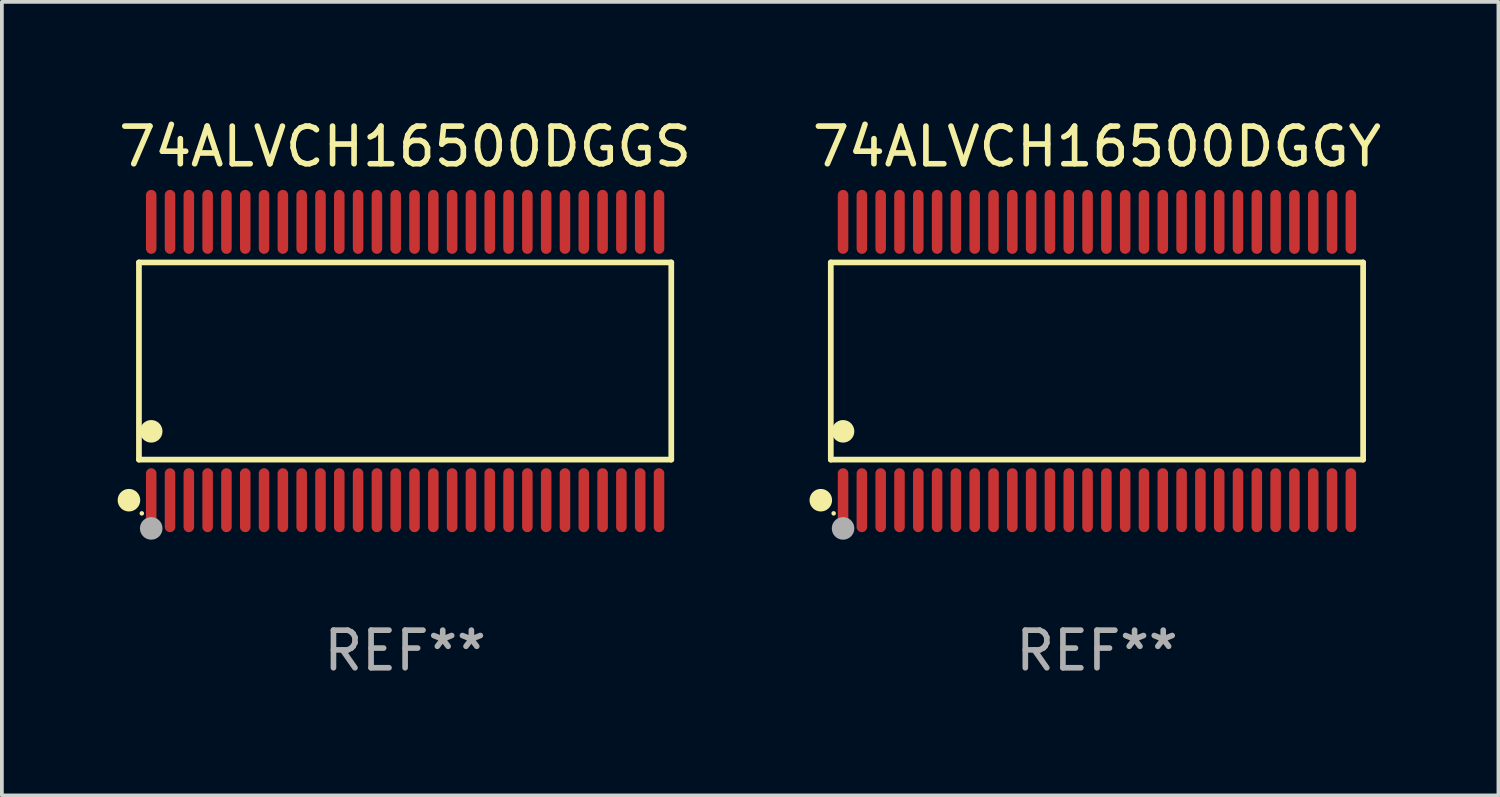
<source format=kicad_pcb>
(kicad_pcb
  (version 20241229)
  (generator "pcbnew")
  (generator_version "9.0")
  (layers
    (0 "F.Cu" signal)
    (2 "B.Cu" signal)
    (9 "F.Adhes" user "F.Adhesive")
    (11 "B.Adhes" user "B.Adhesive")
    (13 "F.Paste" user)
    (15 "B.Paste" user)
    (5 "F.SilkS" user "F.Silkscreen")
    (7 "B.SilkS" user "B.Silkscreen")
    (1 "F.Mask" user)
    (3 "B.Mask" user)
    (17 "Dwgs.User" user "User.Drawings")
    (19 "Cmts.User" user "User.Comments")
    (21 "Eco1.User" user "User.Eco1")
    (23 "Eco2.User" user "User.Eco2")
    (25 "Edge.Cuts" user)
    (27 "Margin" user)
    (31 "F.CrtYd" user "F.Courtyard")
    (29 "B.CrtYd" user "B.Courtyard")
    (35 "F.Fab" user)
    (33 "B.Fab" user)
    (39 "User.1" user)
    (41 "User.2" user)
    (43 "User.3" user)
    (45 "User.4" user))
  (footprint "74ALVCH16500DGGS"
    (layer "F.Cu")
    (at 7.72 6.548)
    (property "Reference" "74ALVCH16500DGGS" (at 0 -5.7 0) (layer "F.SilkS") (effects (font (size 1 1) (thickness 0.15))))
    (attr through_hole)
    (fp_line (start -7.076 -2.621) (end 7.076 -2.621) (stroke (width 0.152) (type solid)) (layer "F.SilkS"))
    (fp_line (start -7.076 2.621) (end -7.076 -2.621) (stroke (width 0.152) (type solid)) (layer "F.SilkS"))
    (fp_line (start 7.076 -2.621) (end 7.076 2.621) (stroke (width 0.152) (type solid)) (layer "F.SilkS"))
    (fp_line (start 7.076 2.621) (end -7.076 2.621) (stroke (width 0.152) (type solid)) (layer "F.SilkS"))
    (fp_circle (center -7.342 3.7) (end -7.192 3.7) (stroke (width 0.3) (type solid)) (fill no) (layer "F.SilkS"))
    (fp_circle (center -7 4.05) (end -6.97 4.05) (stroke (width 0.06) (type solid)) (fill no) (layer "F.SilkS"))
    (fp_circle (center -6.75 1.869) (end -6.6 1.869) (stroke (width 0.3) (type solid)) (fill no) (layer "F.SilkS"))
    (fp_circle (center -6.75 4.45) (end -6.6 4.45) (stroke (width 0.3) (type solid)) (fill no) (layer "F.Fab"))
    (fp_text user "REF**" (at 0 7.7 0) (layer "F.Fab") (effects (font (size 1 1) (thickness 0.15))))
    (pad "1" smd oval (at -6.75 3.7) (size 0.28 1.7) (layers "F.Cu" "F.Mask" "F.Paste"))
    (pad "2" smd oval (at -6.25 3.7) (size 0.28 1.7) (layers "F.Cu" "F.Mask" "F.Paste"))
    (pad "3" smd oval (at -5.75 3.7) (size 0.28 1.7) (layers "F.Cu" "F.Mask" "F.Paste"))
    (pad "4" smd oval (at -5.25 3.7) (size 0.28 1.7) (layers "F.Cu" "F.Mask" "F.Paste"))
    (pad "5" smd oval (at -4.75 3.7) (size 0.28 1.7) (layers "F.Cu" "F.Mask" "F.Paste"))
    (pad "6" smd oval (at -4.25 3.7) (size 0.28 1.7) (layers "F.Cu" "F.Mask" "F.Paste"))
    (pad "7" smd oval (at -3.75 3.7) (size 0.28 1.7) (layers "F.Cu" "F.Mask" "F.Paste"))
    (pad "8" smd oval (at -3.25 3.7) (size 0.28 1.7) (layers "F.Cu" "F.Mask" "F.Paste"))
    (pad "9" smd oval (at -2.75 3.7) (size 0.28 1.7) (layers "F.Cu" "F.Mask" "F.Paste"))
    (pad "10" smd oval (at -2.25 3.7) (size 0.28 1.7) (layers "F.Cu" "F.Mask" "F.Paste"))
    (pad "11" smd oval (at -1.75 3.7) (size 0.28 1.7) (layers "F.Cu" "F.Mask" "F.Paste"))
    (pad "12" smd oval (at -1.25 3.7) (size 0.28 1.7) (layers "F.Cu" "F.Mask" "F.Paste"))
    (pad "13" smd oval (at -0.75 3.7) (size 0.28 1.7) (layers "F.Cu" "F.Mask" "F.Paste"))
    (pad "14" smd oval (at -0.25 3.7) (size 0.28 1.7) (layers "F.Cu" "F.Mask" "F.Paste"))
    (pad "15" smd oval (at 0.25 3.7) (size 0.28 1.7) (layers "F.Cu" "F.Mask" "F.Paste"))
    (pad "16" smd oval (at 0.75 3.7) (size 0.28 1.7) (layers "F.Cu" "F.Mask" "F.Paste"))
    (pad "17" smd oval (at 1.25 3.7) (size 0.28 1.7) (layers "F.Cu" "F.Mask" "F.Paste"))
    (pad "18" smd oval (at 1.75 3.7) (size 0.28 1.7) (layers "F.Cu" "F.Mask" "F.Paste"))
    (pad "19" smd oval (at 2.25 3.7) (size 0.28 1.7) (layers "F.Cu" "F.Mask" "F.Paste"))
    (pad "20" smd oval (at 2.75 3.7) (size 0.28 1.7) (layers "F.Cu" "F.Mask" "F.Paste"))
    (pad "21" smd oval (at 3.25 3.7) (size 0.28 1.7) (layers "F.Cu" "F.Mask" "F.Paste"))
    (pad "22" smd oval (at 3.75 3.7) (size 0.28 1.7) (layers "F.Cu" "F.Mask" "F.Paste"))
    (pad "23" smd oval (at 4.25 3.7) (size 0.28 1.7) (layers "F.Cu" "F.Mask" "F.Paste"))
    (pad "24" smd oval (at 4.75 3.7) (size 0.28 1.7) (layers "F.Cu" "F.Mask" "F.Paste"))
    (pad "25" smd oval (at 5.25 3.7) (size 0.28 1.7) (layers "F.Cu" "F.Mask" "F.Paste"))
    (pad "26" smd oval (at 5.75 3.7) (size 0.28 1.7) (layers "F.Cu" "F.Mask" "F.Paste"))
    (pad "27" smd oval (at 6.25 3.7) (size 0.28 1.7) (layers "F.Cu" "F.Mask" "F.Paste"))
    (pad "28" smd oval (at 6.75 3.7) (size 0.28 1.7) (layers "F.Cu" "F.Mask" "F.Paste"))
    (pad "29" smd oval (at 6.75 -3.7) (size 0.28 1.7) (layers "F.Cu" "F.Mask" "F.Paste"))
    (pad "30" smd oval (at 6.25 -3.7) (size 0.28 1.7) (layers "F.Cu" "F.Mask" "F.Paste"))
    (pad "31" smd oval (at 5.75 -3.7) (size 0.28 1.7) (layers "F.Cu" "F.Mask" "F.Paste"))
    (pad "32" smd oval (at 5.25 -3.7) (size 0.28 1.7) (layers "F.Cu" "F.Mask" "F.Paste"))
    (pad "33" smd oval (at 4.75 -3.7) (size 0.28 1.7) (layers "F.Cu" "F.Mask" "F.Paste"))
    (pad "34" smd oval (at 4.25 -3.7) (size 0.28 1.7) (layers "F.Cu" "F.Mask" "F.Paste"))
    (pad "35" smd oval (at 3.75 -3.7) (size 0.28 1.7) (layers "F.Cu" "F.Mask" "F.Paste"))
    (pad "36" smd oval (at 3.25 -3.7) (size 0.28 1.7) (layers "F.Cu" "F.Mask" "F.Paste"))
    (pad "37" smd oval (at 2.75 -3.7) (size 0.28 1.7) (layers "F.Cu" "F.Mask" "F.Paste"))
    (pad "38" smd oval (at 2.25 -3.7) (size 0.28 1.7) (layers "F.Cu" "F.Mask" "F.Paste"))
    (pad "39" smd oval (at 1.75 -3.7) (size 0.28 1.7) (layers "F.Cu" "F.Mask" "F.Paste"))
    (pad "40" smd oval (at 1.25 -3.7) (size 0.28 1.7) (layers "F.Cu" "F.Mask" "F.Paste"))
    (pad "41" smd oval (at 0.75 -3.7) (size 0.28 1.7) (layers "F.Cu" "F.Mask" "F.Paste"))
    (pad "42" smd oval (at 0.25 -3.7) (size 0.28 1.7) (layers "F.Cu" "F.Mask" "F.Paste"))
    (pad "43" smd oval (at -0.25 -3.7) (size 0.28 1.7) (layers "F.Cu" "F.Mask" "F.Paste"))
    (pad "44" smd oval (at -0.75 -3.7) (size 0.28 1.7) (layers "F.Cu" "F.Mask" "F.Paste"))
    (pad "45" smd oval (at -1.25 -3.7) (size 0.28 1.7) (layers "F.Cu" "F.Mask" "F.Paste"))
    (pad "46" smd oval (at -1.75 -3.7) (size 0.28 1.7) (layers "F.Cu" "F.Mask" "F.Paste"))
    (pad "47" smd oval (at -2.25 -3.7) (size 0.28 1.7) (layers "F.Cu" "F.Mask" "F.Paste"))
    (pad "48" smd oval (at -2.75 -3.7) (size 0.28 1.7) (layers "F.Cu" "F.Mask" "F.Paste"))
    (pad "49" smd oval (at -3.25 -3.7) (size 0.28 1.7) (layers "F.Cu" "F.Mask" "F.Paste"))
    (pad "50" smd oval (at -3.75 -3.7) (size 0.28 1.7) (layers "F.Cu" "F.Mask" "F.Paste"))
    (pad "51" smd oval (at -4.25 -3.7) (size 0.28 1.7) (layers "F.Cu" "F.Mask" "F.Paste"))
    (pad "52" smd oval (at -4.75 -3.7) (size 0.28 1.7) (layers "F.Cu" "F.Mask" "F.Paste"))
    (pad "53" smd oval (at -5.25 -3.7) (size 0.28 1.7) (layers "F.Cu" "F.Mask" "F.Paste"))
    (pad "54" smd oval (at -5.75 -3.7) (size 0.28 1.7) (layers "F.Cu" "F.Mask" "F.Paste"))
    (pad "55" smd oval (at -6.25 -3.7) (size 0.28 1.7) (layers "F.Cu" "F.Mask" "F.Paste"))
    (pad "56" smd oval (at -6.75 -3.7) (size 0.28 1.7) (layers "F.Cu" "F.Mask" "F.Paste")))
  (footprint "74ALVCH16500DGGY"
    (layer "F.Cu")
    (at 26.113 6.548)
    (property "Reference" "74ALVCH16500DGGY" (at 0 -5.7 0) (layer "F.SilkS") (effects (font (size 1 1) (thickness 0.15))))
    (attr through_hole)
    (fp_line (start -7.076 -2.621) (end 7.076 -2.621) (stroke (width 0.152) (type solid)) (layer "F.SilkS"))
    (fp_line (start -7.076 2.621) (end -7.076 -2.621) (stroke (width 0.152) (type solid)) (layer "F.SilkS"))
    (fp_line (start 7.076 -2.621) (end 7.076 2.621) (stroke (width 0.152) (type solid)) (layer "F.SilkS"))
    (fp_line (start 7.076 2.621) (end -7.076 2.621) (stroke (width 0.152) (type solid)) (layer "F.SilkS"))
    (fp_circle (center -7.342 3.7) (end -7.192 3.7) (stroke (width 0.3) (type solid)) (fill no) (layer "F.SilkS"))
    (fp_circle (center -7 4.05) (end -6.97 4.05) (stroke (width 0.06) (type solid)) (fill no) (layer "F.SilkS"))
    (fp_circle (center -6.75 1.869) (end -6.6 1.869) (stroke (width 0.3) (type solid)) (fill no) (layer "F.SilkS"))
    (fp_circle (center -6.75 4.45) (end -6.6 4.45) (stroke (width 0.3) (type solid)) (fill no) (layer "F.Fab"))
    (fp_text user "REF**" (at 0 7.7 0) (layer "F.Fab") (effects (font (size 1 1) (thickness 0.15))))
    (pad "1" smd oval (at -6.75 3.7) (size 0.28 1.7) (layers "F.Cu" "F.Mask" "F.Paste"))
    (pad "2" smd oval (at -6.25 3.7) (size 0.28 1.7) (layers "F.Cu" "F.Mask" "F.Paste"))
    (pad "3" smd oval (at -5.75 3.7) (size 0.28 1.7) (layers "F.Cu" "F.Mask" "F.Paste"))
    (pad "4" smd oval (at -5.25 3.7) (size 0.28 1.7) (layers "F.Cu" "F.Mask" "F.Paste"))
    (pad "5" smd oval (at -4.75 3.7) (size 0.28 1.7) (layers "F.Cu" "F.Mask" "F.Paste"))
    (pad "6" smd oval (at -4.25 3.7) (size 0.28 1.7) (layers "F.Cu" "F.Mask" "F.Paste"))
    (pad "7" smd oval (at -3.75 3.7) (size 0.28 1.7) (layers "F.Cu" "F.Mask" "F.Paste"))
    (pad "8" smd oval (at -3.25 3.7) (size 0.28 1.7) (layers "F.Cu" "F.Mask" "F.Paste"))
    (pad "9" smd oval (at -2.75 3.7) (size 0.28 1.7) (layers "F.Cu" "F.Mask" "F.Paste"))
    (pad "10" smd oval (at -2.25 3.7) (size 0.28 1.7) (layers "F.Cu" "F.Mask" "F.Paste"))
    (pad "11" smd oval (at -1.75 3.7) (size 0.28 1.7) (layers "F.Cu" "F.Mask" "F.Paste"))
    (pad "12" smd oval (at -1.25 3.7) (size 0.28 1.7) (layers "F.Cu" "F.Mask" "F.Paste"))
    (pad "13" smd oval (at -0.75 3.7) (size 0.28 1.7) (layers "F.Cu" "F.Mask" "F.Paste"))
    (pad "14" smd oval (at -0.25 3.7) (size 0.28 1.7) (layers "F.Cu" "F.Mask" "F.Paste"))
    (pad "15" smd oval (at 0.25 3.7) (size 0.28 1.7) (layers "F.Cu" "F.Mask" "F.Paste"))
    (pad "16" smd oval (at 0.75 3.7) (size 0.28 1.7) (layers "F.Cu" "F.Mask" "F.Paste"))
    (pad "17" smd oval (at 1.25 3.7) (size 0.28 1.7) (layers "F.Cu" "F.Mask" "F.Paste"))
    (pad "18" smd oval (at 1.75 3.7) (size 0.28 1.7) (layers "F.Cu" "F.Mask" "F.Paste"))
    (pad "19" smd oval (at 2.25 3.7) (size 0.28 1.7) (layers "F.Cu" "F.Mask" "F.Paste"))
    (pad "20" smd oval (at 2.75 3.7) (size 0.28 1.7) (layers "F.Cu" "F.Mask" "F.Paste"))
    (pad "21" smd oval (at 3.25 3.7) (size 0.28 1.7) (layers "F.Cu" "F.Mask" "F.Paste"))
    (pad "22" smd oval (at 3.75 3.7) (size 0.28 1.7) (layers "F.Cu" "F.Mask" "F.Paste"))
    (pad "23" smd oval (at 4.25 3.7) (size 0.28 1.7) (layers "F.Cu" "F.Mask" "F.Paste"))
    (pad "24" smd oval (at 4.75 3.7) (size 0.28 1.7) (layers "F.Cu" "F.Mask" "F.Paste"))
    (pad "25" smd oval (at 5.25 3.7) (size 0.28 1.7) (layers "F.Cu" "F.Mask" "F.Paste"))
    (pad "26" smd oval (at 5.75 3.7) (size 0.28 1.7) (layers "F.Cu" "F.Mask" "F.Paste"))
    (pad "27" smd oval (at 6.25 3.7) (size 0.28 1.7) (layers "F.Cu" "F.Mask" "F.Paste"))
    (pad "28" smd oval (at 6.75 3.7) (size 0.28 1.7) (layers "F.Cu" "F.Mask" "F.Paste"))
    (pad "29" smd oval (at 6.75 -3.7) (size 0.28 1.7) (layers "F.Cu" "F.Mask" "F.Paste"))
    (pad "30" smd oval (at 6.25 -3.7) (size 0.28 1.7) (layers "F.Cu" "F.Mask" "F.Paste"))
    (pad "31" smd oval (at 5.75 -3.7) (size 0.28 1.7) (layers "F.Cu" "F.Mask" "F.Paste"))
    (pad "32" smd oval (at 5.25 -3.7) (size 0.28 1.7) (layers "F.Cu" "F.Mask" "F.Paste"))
    (pad "33" smd oval (at 4.75 -3.7) (size 0.28 1.7) (layers "F.Cu" "F.Mask" "F.Paste"))
    (pad "34" smd oval (at 4.25 -3.7) (size 0.28 1.7) (layers "F.Cu" "F.Mask" "F.Paste"))
    (pad "35" smd oval (at 3.75 -3.7) (size 0.28 1.7) (layers "F.Cu" "F.Mask" "F.Paste"))
    (pad "36" smd oval (at 3.25 -3.7) (size 0.28 1.7) (layers "F.Cu" "F.Mask" "F.Paste"))
    (pad "37" smd oval (at 2.75 -3.7) (size 0.28 1.7) (layers "F.Cu" "F.Mask" "F.Paste"))
    (pad "38" smd oval (at 2.25 -3.7) (size 0.28 1.7) (layers "F.Cu" "F.Mask" "F.Paste"))
    (pad "39" smd oval (at 1.75 -3.7) (size 0.28 1.7) (layers "F.Cu" "F.Mask" "F.Paste"))
    (pad "40" smd oval (at 1.25 -3.7) (size 0.28 1.7) (layers "F.Cu" "F.Mask" "F.Paste"))
    (pad "41" smd oval (at 0.75 -3.7) (size 0.28 1.7) (layers "F.Cu" "F.Mask" "F.Paste"))
    (pad "42" smd oval (at 0.25 -3.7) (size 0.28 1.7) (layers "F.Cu" "F.Mask" "F.Paste"))
    (pad "43" smd oval (at -0.25 -3.7) (size 0.28 1.7) (layers "F.Cu" "F.Mask" "F.Paste"))
    (pad "44" smd oval (at -0.75 -3.7) (size 0.28 1.7) (layers "F.Cu" "F.Mask" "F.Paste"))
    (pad "45" smd oval (at -1.25 -3.7) (size 0.28 1.7) (layers "F.Cu" "F.Mask" "F.Paste"))
    (pad "46" smd oval (at -1.75 -3.7) (size 0.28 1.7) (layers "F.Cu" "F.Mask" "F.Paste"))
    (pad "47" smd oval (at -2.25 -3.7) (size 0.28 1.7) (layers "F.Cu" "F.Mask" "F.Paste"))
    (pad "48" smd oval (at -2.75 -3.7) (size 0.28 1.7) (layers "F.Cu" "F.Mask" "F.Paste"))
    (pad "49" smd oval (at -3.25 -3.7) (size 0.28 1.7) (layers "F.Cu" "F.Mask" "F.Paste"))
    (pad "50" smd oval (at -3.75 -3.7) (size 0.28 1.7) (layers "F.Cu" "F.Mask" "F.Paste"))
    (pad "51" smd oval (at -4.25 -3.7) (size 0.28 1.7) (layers "F.Cu" "F.Mask" "F.Paste"))
    (pad "52" smd oval (at -4.75 -3.7) (size 0.28 1.7) (layers "F.Cu" "F.Mask" "F.Paste"))
    (pad "53" smd oval (at -5.25 -3.7) (size 0.28 1.7) (layers "F.Cu" "F.Mask" "F.Paste"))
    (pad "54" smd oval (at -5.75 -3.7) (size 0.28 1.7) (layers "F.Cu" "F.Mask" "F.Paste"))
    (pad "55" smd oval (at -6.25 -3.7) (size 0.28 1.7) (layers "F.Cu" "F.Mask" "F.Paste"))
    (pad "56" smd oval (at -6.75 -3.7) (size 0.28 1.7) (layers "F.Cu" "F.Mask" "F.Paste")))
  (gr_rect
    (start -3 -3)
    (end 36.786 18.097)
    (stroke (width 0.1) (type default))
    (fill no)
    (layer "Edge.Cuts")))
</source>
